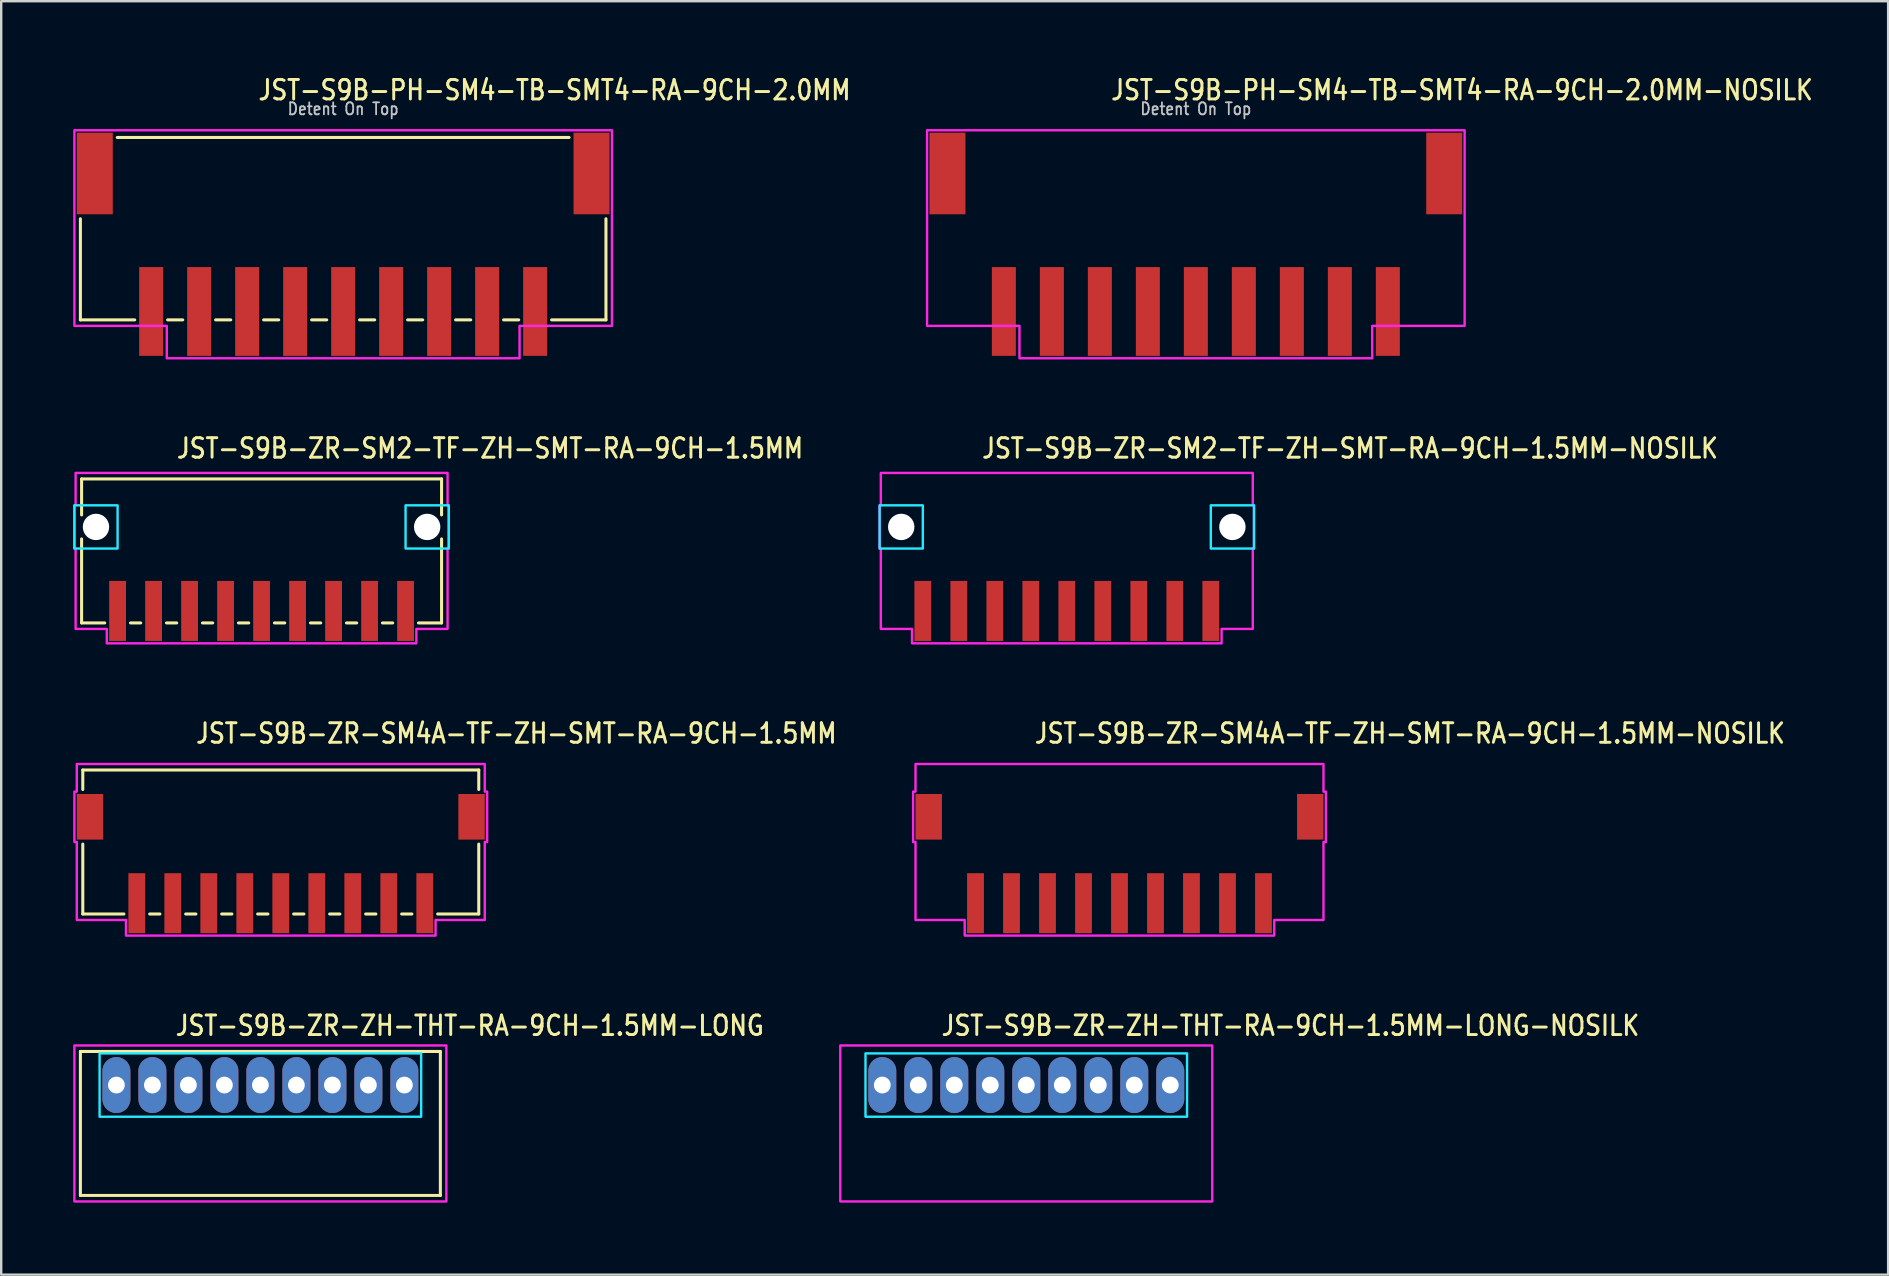
<source format=kicad_pcb>
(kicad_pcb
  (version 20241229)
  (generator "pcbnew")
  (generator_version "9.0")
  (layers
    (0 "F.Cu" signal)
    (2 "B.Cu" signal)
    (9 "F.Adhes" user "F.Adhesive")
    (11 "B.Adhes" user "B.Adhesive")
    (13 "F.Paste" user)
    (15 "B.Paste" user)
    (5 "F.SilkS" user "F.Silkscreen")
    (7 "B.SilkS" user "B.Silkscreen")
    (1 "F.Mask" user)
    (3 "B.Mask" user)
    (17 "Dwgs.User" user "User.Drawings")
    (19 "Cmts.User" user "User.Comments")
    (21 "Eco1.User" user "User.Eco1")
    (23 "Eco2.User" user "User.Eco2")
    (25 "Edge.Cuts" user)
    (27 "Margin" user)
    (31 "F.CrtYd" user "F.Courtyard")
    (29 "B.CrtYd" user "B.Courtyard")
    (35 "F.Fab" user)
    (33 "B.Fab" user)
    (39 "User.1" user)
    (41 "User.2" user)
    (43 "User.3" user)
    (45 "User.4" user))
  (footprint "JST-S9B-ZR-ZH-THT-RA-9CH-1.5MM-LONG-NOSILK"
    (layer "F.Cu")
    (at 39.715 42.164)
    (property "Reference" "JST-S9B-ZR-ZH-THT-RA-9CH-1.5MM-LONG-NOSILK" (at -3.6 -2 0) (unlocked yes) (layer "F.SilkS") (effects (font (size 0.813 0.695) (thickness 0.122)) (justify left bottom)))
    (fp_poly (pts (xy -6.7 -1.32) (xy -6.7 1.32) (xy 6.7 1.32) (xy 6.7 -1.32)) (stroke (width 0.1) (type solid)) (fill no) (layer "B.CrtYd"))
    (fp_poly (pts (xy -7.75 -1.65) (xy -7.75 4.85) (xy 7.75 4.85) (xy 7.75 -1.65)) (stroke (width 0.1) (type solid)) (fill no) (layer "F.CrtYd"))
    (pad "1" thru_hole oval (at -6 0 90) (size 2.333 1.167) (drill 0.7) (layers "*.Cu" "*.Mask"))
    (pad "2" thru_hole oval (at -4.5 0 90) (size 2.333 1.167) (drill 0.7) (layers "*.Cu" "*.Mask"))
    (pad "3" thru_hole oval (at -3 0 90) (size 2.333 1.167) (drill 0.7) (layers "*.Cu" "*.Mask"))
    (pad "4" thru_hole oval (at -1.5 0 90) (size 2.333 1.167) (drill 0.7) (layers "*.Cu" "*.Mask"))
    (pad "5" thru_hole oval (at 0 0 90) (size 2.333 1.167) (drill 0.7) (layers "*.Cu" "*.Mask"))
    (pad "6" thru_hole oval (at 1.5 0 90) (size 2.333 1.167) (drill 0.7) (layers "*.Cu" "*.Mask"))
    (pad "7" thru_hole oval (at 3 0 90) (size 2.333 1.167) (drill 0.7) (layers "*.Cu" "*.Mask"))
    (pad "8" thru_hole oval (at 4.5 0 90) (size 2.333 1.167) (drill 0.7) (layers "*.Cu" "*.Mask"))
    (pad "9" thru_hole oval (at 6 0 90) (size 2.333 1.167) (drill 0.7) (layers "*.Cu" "*.Mask")))
  (footprint "JST-S9B-ZR-SM4A-TF-ZH-SMT-RA-9CH-1.5MM"
    (layer "F.Cu")
    (at 8.65 30.986)
    (property "Reference" "JST-S9B-ZR-SM4A-TF-ZH-SMT-RA-9CH-1.5MM" (at -3.6 -3 0) (unlocked yes) (layer "F.SilkS") (effects (font (size 0.813 0.695) (thickness 0.122)) (justify left bottom)))
    (fp_line (start -8.25 -1.95) (end -8.25 -1.137) (stroke (width 0.127) (type solid)) (layer "F.SilkS"))
    (fp_line (start -8.25 -1.95) (end 8.25 -1.95) (stroke (width 0.127) (type solid)) (layer "F.SilkS"))
    (fp_line (start -8.25 4.05) (end -8.25 1.137) (stroke (width 0.127) (type solid)) (layer "F.SilkS"))
    (fp_line (start -8.25 4.05) (end -6.537 4.05) (stroke (width 0.127) (type solid)) (layer "F.SilkS"))
    (fp_line (start -5.463 4.05) (end -5.037 4.05) (stroke (width 0.127) (type solid)) (layer "F.SilkS"))
    (fp_line (start -3.963 4.05) (end -3.537 4.05) (stroke (width 0.127) (type solid)) (layer "F.SilkS"))
    (fp_line (start -2.463 4.05) (end -2.037 4.05) (stroke (width 0.127) (type solid)) (layer "F.SilkS"))
    (fp_line (start -0.964 4.05) (end -0.536 4.05) (stroke (width 0.127) (type solid)) (layer "F.SilkS"))
    (fp_line (start 0.536 4.05) (end 0.964 4.05) (stroke (width 0.127) (type solid)) (layer "F.SilkS"))
    (fp_line (start 2.037 4.05) (end 2.463 4.05) (stroke (width 0.127) (type solid)) (layer "F.SilkS"))
    (fp_line (start 3.537 4.05) (end 3.963 4.05) (stroke (width 0.127) (type solid)) (layer "F.SilkS"))
    (fp_line (start 5.037 4.05) (end 5.463 4.05) (stroke (width 0.127) (type solid)) (layer "F.SilkS"))
    (fp_line (start 6.537 4.05) (end 8.25 4.05) (stroke (width 0.127) (type solid)) (layer "F.SilkS"))
    (fp_line (start 8.25 -1.137) (end 8.25 -1.95) (stroke (width 0.127) (type solid)) (layer "F.SilkS"))
    (fp_line (start 8.25 1.137) (end 8.25 4.05) (stroke (width 0.127) (type solid)) (layer "F.SilkS"))
    (fp_poly (pts (xy -8.5 -2.2) (xy -8.5 -1.05) (xy -8.6 -1.05) (xy -8.6 1.05) (xy -8.5 1.05) (xy -8.5 4.3) (xy -6.45 4.3) (xy -6.45 4.95) (xy 6.45 4.95) (xy 6.45 4.3) (xy 8.5 4.3) (xy 8.5 1.05) (xy 8.6 1.05) (xy 8.6 -1.05) (xy 8.5 -1.05) (xy 8.5 -2.2)) (stroke (width 0.1) (type solid)) (fill no) (layer "F.CrtYd"))
    (pad "1" smd rect (at 6 3.6) (size 0.7 2.5) (layers "F.Cu" "F.Mask" "F.Paste"))
    (pad "2" smd rect (at 4.5 3.6) (size 0.7 2.5) (layers "F.Cu" "F.Mask" "F.Paste"))
    (pad "3" smd rect (at 3 3.6) (size 0.7 2.5) (layers "F.Cu" "F.Mask" "F.Paste"))
    (pad "4" smd rect (at 1.5 3.6) (size 0.7 2.5) (layers "F.Cu" "F.Mask" "F.Paste"))
    (pad "5" smd rect (at 0 3.6) (size 0.7 2.5) (layers "F.Cu" "F.Mask" "F.Paste"))
    (pad "6" smd rect (at -1.5 3.6) (size 0.7 2.5) (layers "F.Cu" "F.Mask" "F.Paste"))
    (pad "7" smd rect (at -3 3.6) (size 0.7 2.5) (layers "F.Cu" "F.Mask" "F.Paste"))
    (pad "8" smd rect (at -4.5 3.6) (size 0.7 2.5) (layers "F.Cu" "F.Mask" "F.Paste"))
    (pad "9" smd rect (at -6 3.6) (size 0.7 2.5) (layers "F.Cu" "F.Mask" "F.Paste"))
    (pad "S_1" smd rect (at -7.95 0) (size 1.1 1.9) (layers "F.Cu" "F.Mask" "F.Paste"))
    (pad "S_2" smd rect (at 7.95 0) (size 1.1 1.9) (layers "F.Cu" "F.Mask" "F.Paste")))
  (footprint "JST-S9B-PH-SM4-TB-SMT4-RA-9CH-2.0MM"
    (layer "F.Cu")
    (at 11.25 4.179)
    (property "Reference" "JST-S9B-PH-SM4-TB-SMT4-RA-9CH-2.0MM" (at -3.6 -3 0) (unlocked yes) (layer "F.SilkS") (effects (font (size 0.813 0.695) (thickness 0.122)) (justify left bottom)))
    (fp_line (start -10.95 6.1) (end -10.95 1.887) (stroke (width 0.127) (type solid)) (layer "F.SilkS"))
    (fp_line (start -10.95 6.1) (end -8.687 6.1) (stroke (width 0.127) (type solid)) (layer "F.SilkS"))
    (fp_line (start -9.414 -1.5) (end 9.414 -1.5) (stroke (width 0.127) (type solid)) (layer "F.SilkS"))
    (fp_line (start -7.314 6.1) (end -6.686 6.1) (stroke (width 0.127) (type solid)) (layer "F.SilkS"))
    (fp_line (start -5.314 6.1) (end -4.686 6.1) (stroke (width 0.127) (type solid)) (layer "F.SilkS"))
    (fp_line (start -3.313 6.1) (end -2.687 6.1) (stroke (width 0.127) (type solid)) (layer "F.SilkS"))
    (fp_line (start -1.313 6.1) (end -0.686 6.1) (stroke (width 0.127) (type solid)) (layer "F.SilkS"))
    (fp_line (start 0.686 6.1) (end 1.313 6.1) (stroke (width 0.127) (type solid)) (layer "F.SilkS"))
    (fp_line (start 2.687 6.1) (end 3.313 6.1) (stroke (width 0.127) (type solid)) (layer "F.SilkS"))
    (fp_line (start 4.686 6.1) (end 5.314 6.1) (stroke (width 0.127) (type solid)) (layer "F.SilkS"))
    (fp_line (start 6.686 6.1) (end 7.314 6.1) (stroke (width 0.127) (type solid)) (layer "F.SilkS"))
    (fp_line (start 8.687 6.1) (end 10.95 6.1) (stroke (width 0.127) (type solid)) (layer "F.SilkS"))
    (fp_line (start 10.95 1.887) (end 10.95 6.1) (stroke (width 0.127) (type solid)) (layer "F.SilkS"))
    (fp_poly (pts (xy -11.2 -1.8) (xy -11.2 6.35) (xy -7.35 6.35) (xy -7.35 7.7) (xy 7.35 7.7) (xy 7.35 6.35) (xy 11.2 6.35) (xy 11.2 -1.8)) (stroke (width 0.1) (type solid)) (fill no) (layer "F.CrtYd"))
    (fp_text user "Detent On Top" (at 0 -2.4 0) (unlocked yes) (layer "Dwgs.User") (effects (font (size 0.5 0.427) (thickness 0.075)) (justify bottom)))
    (pad "1" smd rect (at 8 5.75) (size 1 3.7) (layers "F.Cu" "F.Mask" "F.Paste"))
    (pad "2" smd rect (at 6 5.75) (size 1 3.7) (layers "F.Cu" "F.Mask" "F.Paste"))
    (pad "3" smd rect (at 4 5.75) (size 1 3.7) (layers "F.Cu" "F.Mask" "F.Paste"))
    (pad "4" smd rect (at 2 5.75) (size 1 3.7) (layers "F.Cu" "F.Mask" "F.Paste"))
    (pad "5" smd rect (at 0 5.75) (size 1 3.7) (layers "F.Cu" "F.Mask" "F.Paste"))
    (pad "6" smd rect (at -2 5.75) (size 1 3.7) (layers "F.Cu" "F.Mask" "F.Paste"))
    (pad "7" smd rect (at -4 5.75) (size 1 3.7) (layers "F.Cu" "F.Mask" "F.Paste"))
    (pad "8" smd rect (at -6 5.75) (size 1 3.7) (layers "F.Cu" "F.Mask" "F.Paste"))
    (pad "9" smd rect (at -8 5.75) (size 1 3.7) (layers "F.Cu" "F.Mask" "F.Paste"))
    (pad "S_1" smd rect (at -10.35 0) (size 1.5 3.4) (layers "F.Cu" "F.Mask" "F.Paste"))
    (pad "S_2" smd rect (at 10.35 0) (size 1.5 3.4) (layers "F.Cu" "F.Mask" "F.Paste")))
  (footprint "JST-S9B-PH-SM4-TB-SMT4-RA-9CH-2.0MM-NOSILK"
    (layer "F.Cu")
    (at 46.781 4.179)
    (property "Reference" "JST-S9B-PH-SM4-TB-SMT4-RA-9CH-2.0MM-NOSILK" (at -3.6 -3 0) (unlocked yes) (layer "F.SilkS") (effects (font (size 0.813 0.695) (thickness 0.122)) (justify left bottom)))
    (fp_poly (pts (xy -11.2 -1.8) (xy -11.2 6.35) (xy -7.35 6.35) (xy -7.35 7.7) (xy 7.35 7.7) (xy 7.35 6.35) (xy 11.2 6.35) (xy 11.2 -1.8)) (stroke (width 0.1) (type solid)) (fill no) (layer "F.CrtYd"))
    (fp_text user "Detent On Top" (at 0 -2.4 0) (unlocked yes) (layer "Dwgs.User") (effects (font (size 0.5 0.427) (thickness 0.075)) (justify bottom)))
    (pad "1" smd rect (at 8 5.75) (size 1 3.7) (layers "F.Cu" "F.Mask" "F.Paste"))
    (pad "2" smd rect (at 6 5.75) (size 1 3.7) (layers "F.Cu" "F.Mask" "F.Paste"))
    (pad "3" smd rect (at 4 5.75) (size 1 3.7) (layers "F.Cu" "F.Mask" "F.Paste"))
    (pad "4" smd rect (at 2 5.75) (size 1 3.7) (layers "F.Cu" "F.Mask" "F.Paste"))
    (pad "5" smd rect (at 0 5.75) (size 1 3.7) (layers "F.Cu" "F.Mask" "F.Paste"))
    (pad "6" smd rect (at -2 5.75) (size 1 3.7) (layers "F.Cu" "F.Mask" "F.Paste"))
    (pad "7" smd rect (at -4 5.75) (size 1 3.7) (layers "F.Cu" "F.Mask" "F.Paste"))
    (pad "8" smd rect (at -6 5.75) (size 1 3.7) (layers "F.Cu" "F.Mask" "F.Paste"))
    (pad "9" smd rect (at -8 5.75) (size 1 3.7) (layers "F.Cu" "F.Mask" "F.Paste"))
    (pad "S_1" smd rect (at -10.35 0) (size 1.5 3.4) (layers "F.Cu" "F.Mask" "F.Paste"))
    (pad "S_2" smd rect (at 10.35 0) (size 1.5 3.4) (layers "F.Cu" "F.Mask" "F.Paste")))
  (footprint "JST-S9B-ZR-SM2-TF-ZH-SMT-RA-9CH-1.5MM-NOSILK"
    (layer "F.Cu")
    (at 41.404 18.907)
    (property "Reference" "JST-S9B-ZR-SM2-TF-ZH-SMT-RA-9CH-1.5MM-NOSILK" (at -3.6 -2.8 0) (unlocked yes) (layer "F.SilkS") (effects (font (size 0.813 0.695) (thickness 0.122)) (justify left bottom)))
    (fp_poly (pts (xy -7.8 -0.9) (xy -7.8 0.9) (xy -6 0.9) (xy -6 -0.9)) (stroke (width 0.1) (type solid)) (fill no) (layer "B.CrtYd"))
    (fp_poly (pts (xy 7.8 -0.9) (xy 7.8 0.9) (xy 6 0.9) (xy 6 -0.9)) (stroke (width 0.1) (type solid)) (fill no) (layer "B.CrtYd"))
    (fp_poly (pts (xy -7.75 -2.25) (xy -7.75 -0.9) (xy -7.8 -0.9) (xy -7.8 0.9) (xy -7.75 0.9) (xy -7.75 4.25) (xy -6.45 4.25) (xy -6.45 4.85) (xy 6.45 4.85) (xy 6.45 4.25) (xy 7.75 4.25) (xy 7.75 0.9) (xy 7.8 0.9) (xy 7.8 -0.9) (xy 7.75 -0.9) (xy 7.75 -2.25)) (stroke (width 0.1) (type solid)) (fill no) (layer "F.CrtYd"))
    (pad "" np_thru_hole circle (at -6.9 0) (size 1.1 1.1) (drill 1.1) (layers "*.Cu" "*.Mask"))
    (pad "" np_thru_hole circle (at 6.9 0) (size 1.1 1.1) (drill 1.1) (layers "*.Cu" "*.Mask"))
    (pad "P$1" smd rect (at 6 3.5) (size 0.7 2.5) (layers "F.Cu" "F.Mask" "F.Paste"))
    (pad "P$2" smd rect (at 4.5 3.5) (size 0.7 2.5) (layers "F.Cu" "F.Mask" "F.Paste"))
    (pad "P$3" smd rect (at 3 3.5) (size 0.7 2.5) (layers "F.Cu" "F.Mask" "F.Paste"))
    (pad "P$4" smd rect (at 1.5 3.5) (size 0.7 2.5) (layers "F.Cu" "F.Mask" "F.Paste"))
    (pad "P$5" smd rect (at 0 3.5) (size 0.7 2.5) (layers "F.Cu" "F.Mask" "F.Paste"))
    (pad "P$6" smd rect (at -1.5 3.5) (size 0.7 2.5) (layers "F.Cu" "F.Mask" "F.Paste"))
    (pad "P$7" smd rect (at -3 3.5) (size 0.7 2.5) (layers "F.Cu" "F.Mask" "F.Paste"))
    (pad "P$8" smd rect (at -4.5 3.5) (size 0.7 2.5) (layers "F.Cu" "F.Mask" "F.Paste"))
    (pad "P$9" smd rect (at -6 3.5) (size 0.7 2.5) (layers "F.Cu" "F.Mask" "F.Paste")))
  (footprint "JST-S9B-ZR-SM2-TF-ZH-SMT-RA-9CH-1.5MM"
    (layer "F.Cu")
    (at 7.85 18.907)
    (property "Reference" "JST-S9B-ZR-SM2-TF-ZH-SMT-RA-9CH-1.5MM" (at -3.6 -2.8 0) (unlocked yes) (layer "F.SilkS") (effects (font (size 0.813 0.695) (thickness 0.122)) (justify left bottom)))
    (fp_line (start -7.5 -2) (end -7.5 -0.5) (stroke (width 0.127) (type solid)) (layer "F.SilkS"))
    (fp_line (start -7.5 -2) (end 7.5 -2) (stroke (width 0.127) (type solid)) (layer "F.SilkS"))
    (fp_line (start -7.5 4) (end -7.5 0.5) (stroke (width 0.127) (type solid)) (layer "F.SilkS"))
    (fp_line (start -7.5 4) (end -6.537 4) (stroke (width 0.127) (type solid)) (layer "F.SilkS"))
    (fp_line (start -5.463 4) (end -5.037 4) (stroke (width 0.127) (type solid)) (layer "F.SilkS"))
    (fp_line (start -3.963 4) (end -3.537 4) (stroke (width 0.127) (type solid)) (layer "F.SilkS"))
    (fp_line (start -2.463 4) (end -2.037 4) (stroke (width 0.127) (type solid)) (layer "F.SilkS"))
    (fp_line (start -0.964 4) (end -0.536 4) (stroke (width 0.127) (type solid)) (layer "F.SilkS"))
    (fp_line (start 0.536 4) (end 0.964 4) (stroke (width 0.127) (type solid)) (layer "F.SilkS"))
    (fp_line (start 2.037 4) (end 2.463 4) (stroke (width 0.127) (type solid)) (layer "F.SilkS"))
    (fp_line (start 3.537 4) (end 3.963 4) (stroke (width 0.127) (type solid)) (layer "F.SilkS"))
    (fp_line (start 5.037 4) (end 5.463 4) (stroke (width 0.127) (type solid)) (layer "F.SilkS"))
    (fp_line (start 6.537 4) (end 7.5 4) (stroke (width 0.127) (type solid)) (layer "F.SilkS"))
    (fp_line (start 7.5 -0.5) (end 7.5 -2) (stroke (width 0.127) (type solid)) (layer "F.SilkS"))
    (fp_line (start 7.5 0.5) (end 7.5 4) (stroke (width 0.127) (type solid)) (layer "F.SilkS"))
    (fp_poly (pts (xy -7.8 -0.9) (xy -7.8 0.9) (xy -6 0.9) (xy -6 -0.9)) (stroke (width 0.1) (type solid)) (fill no) (layer "B.CrtYd"))
    (fp_poly (pts (xy 7.8 -0.9) (xy 7.8 0.9) (xy 6 0.9) (xy 6 -0.9)) (stroke (width 0.1) (type solid)) (fill no) (layer "B.CrtYd"))
    (fp_poly (pts (xy -7.75 -2.25) (xy -7.75 -0.9) (xy -7.8 -0.9) (xy -7.8 0.9) (xy -7.75 0.9) (xy -7.75 4.25) (xy -6.45 4.25) (xy -6.45 4.85) (xy 6.45 4.85) (xy 6.45 4.25) (xy 7.75 4.25) (xy 7.75 0.9) (xy 7.8 0.9) (xy 7.8 -0.9) (xy 7.75 -0.9) (xy 7.75 -2.25)) (stroke (width 0.1) (type solid)) (fill no) (layer "F.CrtYd"))
    (pad "" np_thru_hole circle (at -6.9 0) (size 1.1 1.1) (drill 1.1) (layers "*.Cu" "*.Mask"))
    (pad "" np_thru_hole circle (at 6.9 0) (size 1.1 1.1) (drill 1.1) (layers "*.Cu" "*.Mask"))
    (pad "1" smd rect (at 6 3.5) (size 0.7 2.5) (layers "F.Cu" "F.Mask" "F.Paste"))
    (pad "2" smd rect (at 4.5 3.5) (size 0.7 2.5) (layers "F.Cu" "F.Mask" "F.Paste"))
    (pad "3" smd rect (at 3 3.5) (size 0.7 2.5) (layers "F.Cu" "F.Mask" "F.Paste"))
    (pad "4" smd rect (at 1.5 3.5) (size 0.7 2.5) (layers "F.Cu" "F.Mask" "F.Paste"))
    (pad "5" smd rect (at 0 3.5) (size 0.7 2.5) (layers "F.Cu" "F.Mask" "F.Paste"))
    (pad "6" smd rect (at -1.5 3.5) (size 0.7 2.5) (layers "F.Cu" "F.Mask" "F.Paste"))
    (pad "7" smd rect (at -3 3.5) (size 0.7 2.5) (layers "F.Cu" "F.Mask" "F.Paste"))
    (pad "8" smd rect (at -4.5 3.5) (size 0.7 2.5) (layers "F.Cu" "F.Mask" "F.Paste"))
    (pad "9" smd rect (at -6 3.5) (size 0.7 2.5) (layers "F.Cu" "F.Mask" "F.Paste")))
  (footprint "JST-S9B-ZR-SM4A-TF-ZH-SMT-RA-9CH-1.5MM-NOSILK"
    (layer "F.Cu")
    (at 43.599 30.986)
    (property "Reference" "JST-S9B-ZR-SM4A-TF-ZH-SMT-RA-9CH-1.5MM-NOSILK" (at -3.6 -3 0) (unlocked yes) (layer "F.SilkS") (effects (font (size 0.813 0.695) (thickness 0.122)) (justify left bottom)))
    (fp_poly (pts (xy -8.5 -2.2) (xy -8.5 -1.05) (xy -8.6 -1.05) (xy -8.6 1.05) (xy -8.5 1.05) (xy -8.5 4.3) (xy -6.45 4.3) (xy -6.45 4.95) (xy 6.45 4.95) (xy 6.45 4.3) (xy 8.5 4.3) (xy 8.5 1.05) (xy 8.6 1.05) (xy 8.6 -1.05) (xy 8.5 -1.05) (xy 8.5 -2.2)) (stroke (width 0.1) (type solid)) (fill no) (layer "F.CrtYd"))
    (pad "1" smd rect (at 6 3.6) (size 0.7 2.5) (layers "F.Cu" "F.Mask" "F.Paste"))
    (pad "2" smd rect (at 4.5 3.6) (size 0.7 2.5) (layers "F.Cu" "F.Mask" "F.Paste"))
    (pad "3" smd rect (at 3 3.6) (size 0.7 2.5) (layers "F.Cu" "F.Mask" "F.Paste"))
    (pad "4" smd rect (at 1.5 3.6) (size 0.7 2.5) (layers "F.Cu" "F.Mask" "F.Paste"))
    (pad "5" smd rect (at 0 3.6) (size 0.7 2.5) (layers "F.Cu" "F.Mask" "F.Paste"))
    (pad "6" smd rect (at -1.5 3.6) (size 0.7 2.5) (layers "F.Cu" "F.Mask" "F.Paste"))
    (pad "7" smd rect (at -3 3.6) (size 0.7 2.5) (layers "F.Cu" "F.Mask" "F.Paste"))
    (pad "8" smd rect (at -4.5 3.6) (size 0.7 2.5) (layers "F.Cu" "F.Mask" "F.Paste"))
    (pad "9" smd rect (at -6 3.6) (size 0.7 2.5) (layers "F.Cu" "F.Mask" "F.Paste"))
    (pad "S_1" smd rect (at -7.95 0) (size 1.1 1.9) (layers "F.Cu" "F.Mask" "F.Paste"))
    (pad "S_2" smd rect (at 7.95 0) (size 1.1 1.9) (layers "F.Cu" "F.Mask" "F.Paste")))
  (footprint "JST-S9B-ZR-ZH-THT-RA-9CH-1.5MM-LONG"
    (layer "F.Cu")
    (at 7.8 42.164)
    (property "Reference" "JST-S9B-ZR-ZH-THT-RA-9CH-1.5MM-LONG" (at -3.6 -2 0) (unlocked yes) (layer "F.SilkS") (effects (font (size 0.813 0.695) (thickness 0.122)) (justify left bottom)))
    (fp_line (start -7.5 -1.4) (end 7.5 -1.4) (stroke (width 0.127) (type solid)) (layer "F.SilkS"))
    (fp_line (start -7.5 4.6) (end -7.5 -1.4) (stroke (width 0.127) (type solid)) (layer "F.SilkS"))
    (fp_line (start -7.5 4.6) (end 7.5 4.6) (stroke (width 0.127) (type solid)) (layer "F.SilkS"))
    (fp_line (start 7.5 -1.4) (end 7.5 4.6) (stroke (width 0.127) (type solid)) (layer "F.SilkS"))
    (fp_poly (pts (xy -6.7 -1.32) (xy -6.7 1.32) (xy 6.7 1.32) (xy 6.7 -1.32)) (stroke (width 0.1) (type solid)) (fill no) (layer "B.CrtYd"))
    (fp_poly (pts (xy -7.75 -1.65) (xy -7.75 4.85) (xy 7.75 4.85) (xy 7.75 -1.65)) (stroke (width 0.1) (type solid)) (fill no) (layer "F.CrtYd"))
    (pad "1" thru_hole oval (at -6 0 90) (size 2.333 1.167) (drill 0.7) (layers "*.Cu" "*.Mask"))
    (pad "2" thru_hole oval (at -4.5 0 90) (size 2.333 1.167) (drill 0.7) (layers "*.Cu" "*.Mask"))
    (pad "3" thru_hole oval (at -3 0 90) (size 2.333 1.167) (drill 0.7) (layers "*.Cu" "*.Mask"))
    (pad "4" thru_hole oval (at -1.5 0 90) (size 2.333 1.167) (drill 0.7) (layers "*.Cu" "*.Mask"))
    (pad "5" thru_hole oval (at 0 0 90) (size 2.333 1.167) (drill 0.7) (layers "*.Cu" "*.Mask"))
    (pad "6" thru_hole oval (at 1.5 0 90) (size 2.333 1.167) (drill 0.7) (layers "*.Cu" "*.Mask"))
    (pad "7" thru_hole oval (at 3 0 90) (size 2.333 1.167) (drill 0.7) (layers "*.Cu" "*.Mask"))
    (pad "8" thru_hole oval (at 4.5 0 90) (size 2.333 1.167) (drill 0.7) (layers "*.Cu" "*.Mask"))
    (pad "9" thru_hole oval (at 6 0 90) (size 2.333 1.167) (drill 0.7) (layers "*.Cu" "*.Mask")))
  (gr_rect
    (start -3 -3)
    (end 75.628 50.064)
    (stroke (width 0.1) (type default))
    (fill no)
    (layer "Edge.Cuts")))
</source>
